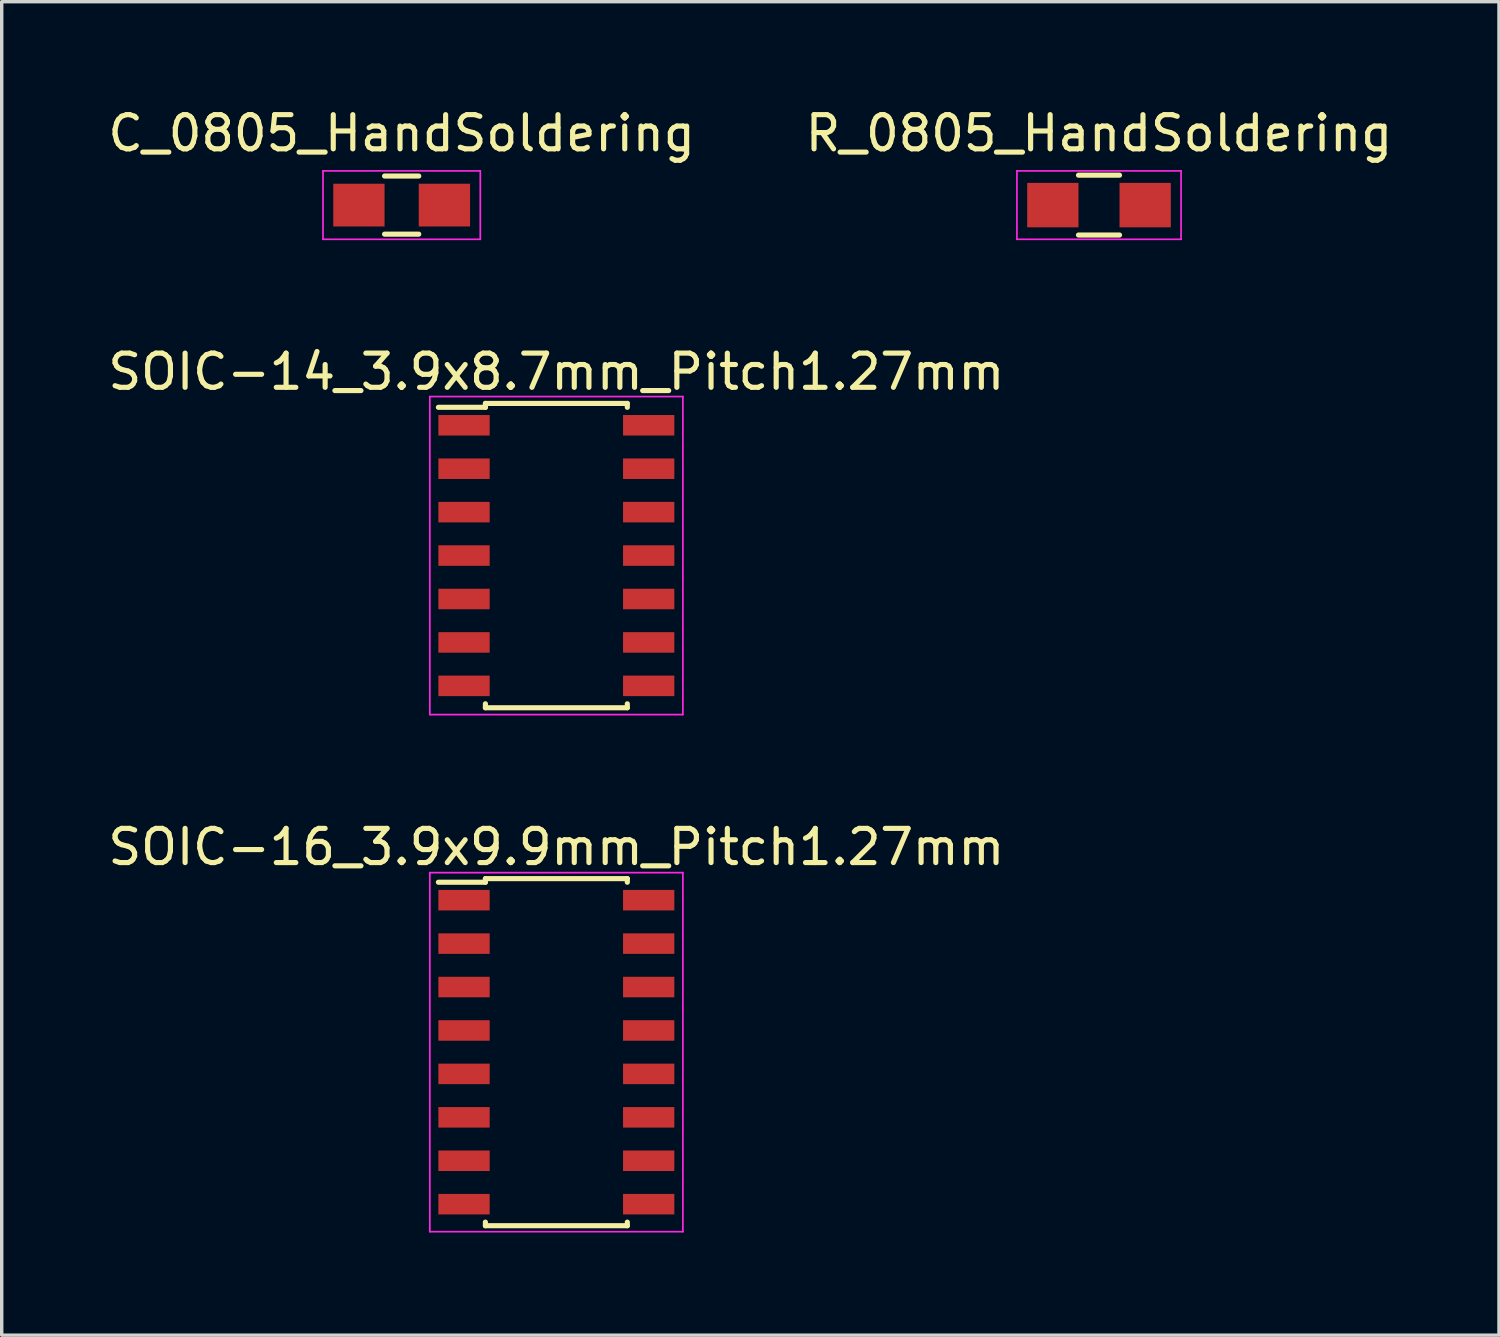
<source format=kicad_pcb>
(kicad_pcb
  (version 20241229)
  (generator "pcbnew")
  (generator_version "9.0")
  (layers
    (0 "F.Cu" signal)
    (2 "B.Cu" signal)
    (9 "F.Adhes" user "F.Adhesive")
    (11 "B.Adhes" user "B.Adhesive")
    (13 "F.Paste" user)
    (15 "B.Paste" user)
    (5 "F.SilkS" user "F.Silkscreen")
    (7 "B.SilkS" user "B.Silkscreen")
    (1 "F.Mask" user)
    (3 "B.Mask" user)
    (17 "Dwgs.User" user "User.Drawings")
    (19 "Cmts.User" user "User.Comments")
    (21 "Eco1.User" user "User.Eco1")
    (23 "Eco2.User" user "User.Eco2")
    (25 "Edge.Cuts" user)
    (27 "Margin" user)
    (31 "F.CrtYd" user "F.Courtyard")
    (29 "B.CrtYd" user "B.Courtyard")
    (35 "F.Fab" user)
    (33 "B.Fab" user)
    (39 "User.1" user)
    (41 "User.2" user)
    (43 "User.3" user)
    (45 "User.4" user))
  (footprint "R_0805_HandSoldering"
    (layer "F.Cu")
    (at 29.089 2.948)
    (property "Reference" "R_0805_HandSoldering" (at 0 -2.1 0) (layer "F.SilkS") (effects (font (size 1 1) (thickness 0.15))))
    (attr smd)
    (fp_line (start -0.6 -0.875) (end 0.6 -0.875) (stroke (width 0.15) (type solid)) (layer "F.SilkS"))
    (fp_line (start 0.6 0.875) (end -0.6 0.875) (stroke (width 0.15) (type solid)) (layer "F.SilkS"))
    (fp_line (start -2.4 -1) (end -2.4 1) (stroke (width 0.05) (type solid)) (layer "F.CrtYd"))
    (fp_line (start -2.4 -1) (end 2.4 -1) (stroke (width 0.05) (type solid)) (layer "F.CrtYd"))
    (fp_line (start -2.4 1) (end 2.4 1) (stroke (width 0.05) (type solid)) (layer "F.CrtYd"))
    (fp_line (start 2.4 -1) (end 2.4 1) (stroke (width 0.05) (type solid)) (layer "F.CrtYd"))
    (pad "1" smd rect (at -1.35 0) (size 1.5 1.3) (layers "F.Cu" "F.Mask" "F.Paste"))
    (pad "2" smd rect (at 1.35 0) (size 1.5 1.3) (layers "F.Cu" "F.Mask" "F.Paste")))
  (footprint "SOIC-16_3.9x9.9mm_Pitch1.27mm"
    (layer "F.Cu")
    (at 13.22 27.72)
    (property "Reference" "SOIC-16_3.9x9.9mm_Pitch1.27mm" (at 0 -6 0) (layer "F.SilkS") (effects (font (size 1 1) (thickness 0.15))))
    (attr smd)
    (fp_line (start -2.075 -5.075) (end -2.075 -4.97) (stroke (width 0.15) (type solid)) (layer "F.SilkS"))
    (fp_line (start -2.075 -5.075) (end 2.075 -5.075) (stroke (width 0.15) (type solid)) (layer "F.SilkS"))
    (fp_line (start -2.075 -4.97) (end -3.45 -4.97) (stroke (width 0.15) (type solid)) (layer "F.SilkS"))
    (fp_line (start -2.075 5.075) (end -2.075 4.97) (stroke (width 0.15) (type solid)) (layer "F.SilkS"))
    (fp_line (start -2.075 5.075) (end 2.075 5.075) (stroke (width 0.15) (type solid)) (layer "F.SilkS"))
    (fp_line (start 2.075 -5.075) (end 2.075 -4.97) (stroke (width 0.15) (type solid)) (layer "F.SilkS"))
    (fp_line (start 2.075 5.075) (end 2.075 4.97) (stroke (width 0.15) (type solid)) (layer "F.SilkS"))
    (fp_line (start -3.7 -5.25) (end -3.7 5.25) (stroke (width 0.05) (type solid)) (layer "F.CrtYd"))
    (fp_line (start -3.7 -5.25) (end 3.7 -5.25) (stroke (width 0.05) (type solid)) (layer "F.CrtYd"))
    (fp_line (start -3.7 5.25) (end 3.7 5.25) (stroke (width 0.05) (type solid)) (layer "F.CrtYd"))
    (fp_line (start 3.7 -5.25) (end 3.7 5.25) (stroke (width 0.05) (type solid)) (layer "F.CrtYd"))
    (pad "1" smd rect (at -2.7 -4.445) (size 1.5 0.6) (layers "F.Cu" "F.Mask" "F.Paste"))
    (pad "2" smd rect (at -2.7 -3.175) (size 1.5 0.6) (layers "F.Cu" "F.Mask" "F.Paste"))
    (pad "3" smd rect (at -2.7 -1.905) (size 1.5 0.6) (layers "F.Cu" "F.Mask" "F.Paste"))
    (pad "4" smd rect (at -2.7 -0.635) (size 1.5 0.6) (layers "F.Cu" "F.Mask" "F.Paste"))
    (pad "5" smd rect (at -2.7 0.635) (size 1.5 0.6) (layers "F.Cu" "F.Mask" "F.Paste"))
    (pad "6" smd rect (at -2.7 1.905) (size 1.5 0.6) (layers "F.Cu" "F.Mask" "F.Paste"))
    (pad "7" smd rect (at -2.7 3.175) (size 1.5 0.6) (layers "F.Cu" "F.Mask" "F.Paste"))
    (pad "8" smd rect (at -2.7 4.445) (size 1.5 0.6) (layers "F.Cu" "F.Mask" "F.Paste"))
    (pad "9" smd rect (at 2.7 4.445) (size 1.5 0.6) (layers "F.Cu" "F.Mask" "F.Paste"))
    (pad "10" smd rect (at 2.7 3.175) (size 1.5 0.6) (layers "F.Cu" "F.Mask" "F.Paste"))
    (pad "11" smd rect (at 2.7 1.905) (size 1.5 0.6) (layers "F.Cu" "F.Mask" "F.Paste"))
    (pad "12" smd rect (at 2.7 0.635) (size 1.5 0.6) (layers "F.Cu" "F.Mask" "F.Paste"))
    (pad "13" smd rect (at 2.7 -0.635) (size 1.5 0.6) (layers "F.Cu" "F.Mask" "F.Paste"))
    (pad "14" smd rect (at 2.7 -1.905) (size 1.5 0.6) (layers "F.Cu" "F.Mask" "F.Paste"))
    (pad "15" smd rect (at 2.7 -3.175) (size 1.5 0.6) (layers "F.Cu" "F.Mask" "F.Paste"))
    (pad "16" smd rect (at 2.7 -4.445) (size 1.5 0.6) (layers "F.Cu" "F.Mask" "F.Paste")))
  (footprint "C_0805_HandSoldering"
    (layer "F.Cu")
    (at 8.696 2.948)
    (property "Reference" "C_0805_HandSoldering" (at 0 -2.1 0) (layer "F.SilkS") (effects (font (size 1 1) (thickness 0.15))))
    (attr smd)
    (fp_line (start -0.5 0.85) (end 0.5 0.85) (stroke (width 0.15) (type solid)) (layer "F.SilkS"))
    (fp_line (start 0.5 -0.85) (end -0.5 -0.85) (stroke (width 0.15) (type solid)) (layer "F.SilkS"))
    (fp_line (start -2.3 -1) (end -2.3 1) (stroke (width 0.05) (type solid)) (layer "F.CrtYd"))
    (fp_line (start -2.3 -1) (end 2.3 -1) (stroke (width 0.05) (type solid)) (layer "F.CrtYd"))
    (fp_line (start -2.3 1) (end 2.3 1) (stroke (width 0.05) (type solid)) (layer "F.CrtYd"))
    (fp_line (start 2.3 -1) (end 2.3 1) (stroke (width 0.05) (type solid)) (layer "F.CrtYd"))
    (pad "1" smd rect (at -1.25 0) (size 1.5 1.25) (layers "F.Cu" "F.Mask" "F.Paste"))
    (pad "2" smd rect (at 1.25 0) (size 1.5 1.25) (layers "F.Cu" "F.Mask" "F.Paste")))
  (footprint "SOIC-14_3.9x8.7mm_Pitch1.27mm"
    (layer "F.Cu")
    (at 13.22 13.197)
    (property "Reference" "SOIC-14_3.9x8.7mm_Pitch1.27mm" (at 0 -5.375 0) (layer "F.SilkS") (effects (font (size 1 1) (thickness 0.15))))
    (attr smd)
    (fp_line (start -2.075 -4.45) (end -2.075 -4.335) (stroke (width 0.15) (type solid)) (layer "F.SilkS"))
    (fp_line (start -2.075 -4.45) (end 2.075 -4.45) (stroke (width 0.15) (type solid)) (layer "F.SilkS"))
    (fp_line (start -2.075 -4.335) (end -3.45 -4.335) (stroke (width 0.15) (type solid)) (layer "F.SilkS"))
    (fp_line (start -2.075 4.45) (end -2.075 4.335) (stroke (width 0.15) (type solid)) (layer "F.SilkS"))
    (fp_line (start -2.075 4.45) (end 2.075 4.45) (stroke (width 0.15) (type solid)) (layer "F.SilkS"))
    (fp_line (start 2.075 -4.45) (end 2.075 -4.335) (stroke (width 0.15) (type solid)) (layer "F.SilkS"))
    (fp_line (start 2.075 4.45) (end 2.075 4.335) (stroke (width 0.15) (type solid)) (layer "F.SilkS"))
    (fp_line (start -3.7 -4.65) (end -3.7 4.65) (stroke (width 0.05) (type solid)) (layer "F.CrtYd"))
    (fp_line (start -3.7 -4.65) (end 3.7 -4.65) (stroke (width 0.05) (type solid)) (layer "F.CrtYd"))
    (fp_line (start -3.7 4.65) (end 3.7 4.65) (stroke (width 0.05) (type solid)) (layer "F.CrtYd"))
    (fp_line (start 3.7 -4.65) (end 3.7 4.65) (stroke (width 0.05) (type solid)) (layer "F.CrtYd"))
    (pad "1" smd rect (at -2.7 -3.81) (size 1.5 0.6) (layers "F.Cu" "F.Mask" "F.Paste"))
    (pad "2" smd rect (at -2.7 -2.54) (size 1.5 0.6) (layers "F.Cu" "F.Mask" "F.Paste"))
    (pad "3" smd rect (at -2.7 -1.27) (size 1.5 0.6) (layers "F.Cu" "F.Mask" "F.Paste"))
    (pad "4" smd rect (at -2.7 0) (size 1.5 0.6) (layers "F.Cu" "F.Mask" "F.Paste"))
    (pad "5" smd rect (at -2.7 1.27) (size 1.5 0.6) (layers "F.Cu" "F.Mask" "F.Paste"))
    (pad "6" smd rect (at -2.7 2.54) (size 1.5 0.6) (layers "F.Cu" "F.Mask" "F.Paste"))
    (pad "7" smd rect (at -2.7 3.81) (size 1.5 0.6) (layers "F.Cu" "F.Mask" "F.Paste"))
    (pad "8" smd rect (at 2.7 3.81) (size 1.5 0.6) (layers "F.Cu" "F.Mask" "F.Paste"))
    (pad "9" smd rect (at 2.7 2.54) (size 1.5 0.6) (layers "F.Cu" "F.Mask" "F.Paste"))
    (pad "10" smd rect (at 2.7 1.27) (size 1.5 0.6) (layers "F.Cu" "F.Mask" "F.Paste"))
    (pad "11" smd rect (at 2.7 0) (size 1.5 0.6) (layers "F.Cu" "F.Mask" "F.Paste"))
    (pad "12" smd rect (at 2.7 -1.27) (size 1.5 0.6) (layers "F.Cu" "F.Mask" "F.Paste"))
    (pad "13" smd rect (at 2.7 -2.54) (size 1.5 0.6) (layers "F.Cu" "F.Mask" "F.Paste"))
    (pad "14" smd rect (at 2.7 -3.81) (size 1.5 0.6) (layers "F.Cu" "F.Mask" "F.Paste")))
  (gr_rect
    (start -3 -3)
    (end 40.786 35.995)
    (stroke (width 0.1) (type default))
    (fill no)
    (layer "Edge.Cuts")))
</source>
